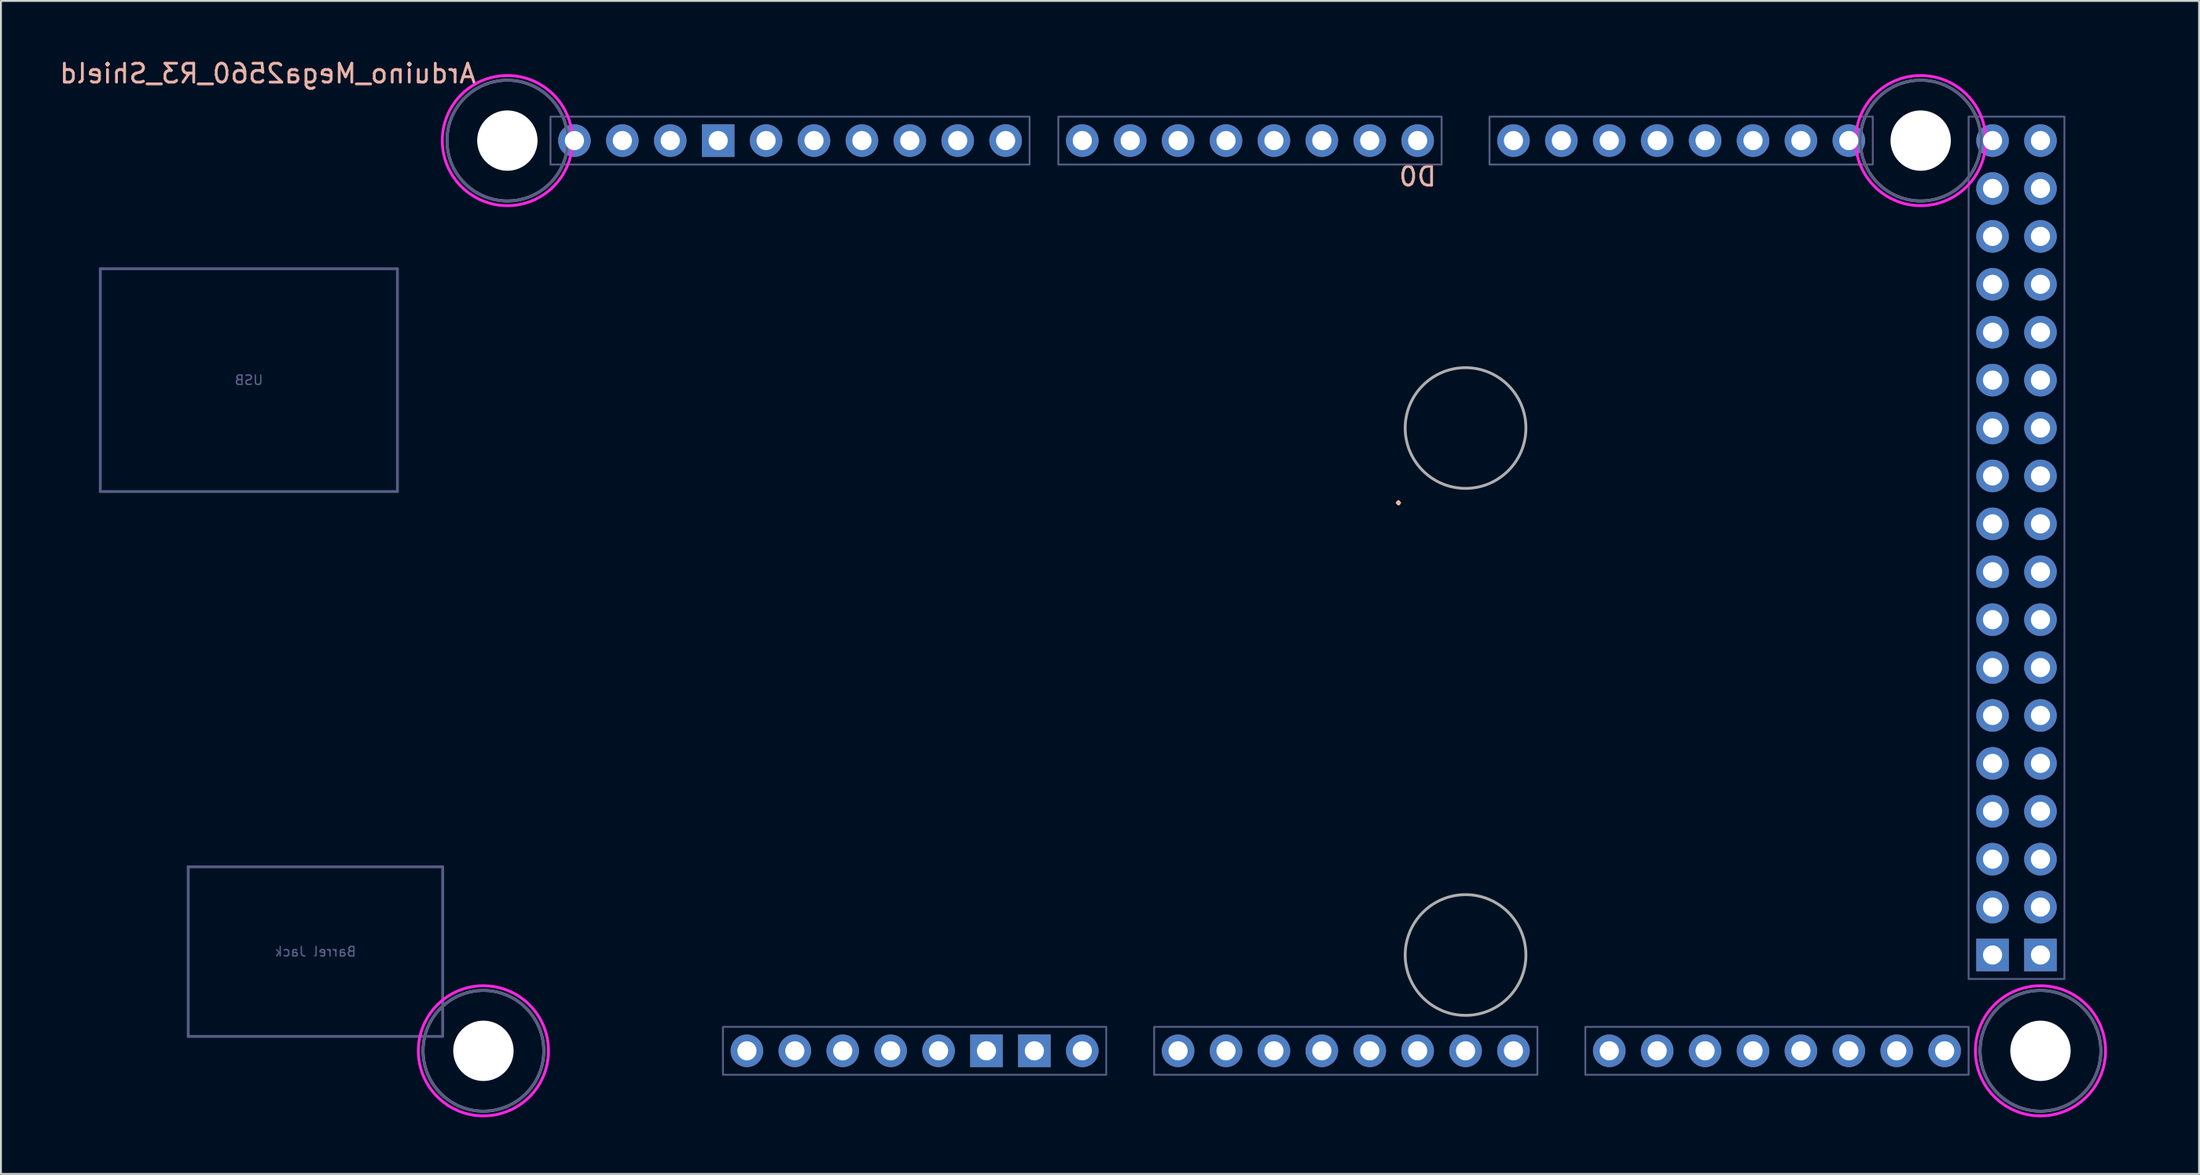
<source format=kicad_pcb>
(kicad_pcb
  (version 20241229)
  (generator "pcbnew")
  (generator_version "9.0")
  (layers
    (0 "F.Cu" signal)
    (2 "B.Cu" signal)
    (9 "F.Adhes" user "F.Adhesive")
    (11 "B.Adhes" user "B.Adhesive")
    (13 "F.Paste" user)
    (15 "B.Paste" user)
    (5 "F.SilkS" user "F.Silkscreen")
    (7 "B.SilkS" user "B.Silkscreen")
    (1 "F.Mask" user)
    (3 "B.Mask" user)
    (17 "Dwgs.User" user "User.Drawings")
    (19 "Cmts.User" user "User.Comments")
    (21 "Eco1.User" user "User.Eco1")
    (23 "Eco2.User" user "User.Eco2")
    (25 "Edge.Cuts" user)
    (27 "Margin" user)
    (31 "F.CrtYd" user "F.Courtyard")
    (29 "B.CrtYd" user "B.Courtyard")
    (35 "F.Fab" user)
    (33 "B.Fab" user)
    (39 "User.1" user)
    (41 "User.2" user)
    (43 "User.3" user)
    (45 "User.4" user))
  (footprint "Arduino_Mega2560_R3_Shield"
    (layer "F.Cu")
    (at 8.609 55.204)
    (property "Reference" "Arduino_Mega2560_R3_Shield" (at 2.54 -54.356 0) (layer "B.SilkS") (effects (font (size 1 1) (thickness 0.15)) (justify mirror)))
    (attr through_hole)
    (fp_circle (center 13.97 -2.54) (end 17.42 -2.54) (stroke (width 0.15) (type solid)) (fill no) (layer "F.CrtYd"))
    (fp_circle (center 15.24 -50.8) (end 18.69 -50.8) (stroke (width 0.15) (type solid)) (fill no) (layer "F.CrtYd"))
    (fp_circle (center 90.17 -50.8) (end 93.62 -50.8) (stroke (width 0.15) (type solid)) (fill no) (layer "F.CrtYd"))
    (fp_circle (center 96.52 -2.54) (end 99.97 -2.54) (stroke (width 0.15) (type solid)) (fill no) (layer "F.CrtYd"))
    (fp_line (start -6.34 -44.004) (end 9.41 -44.004) (stroke (width 0.15) (type solid)) (layer "B.Fab"))
    (fp_line (start -6.34 -32.194) (end -6.34 -44.004) (stroke (width 0.15) (type solid)) (layer "B.Fab"))
    (fp_line (start -6.34 -32.194) (end 9.41 -32.194) (stroke (width 0.15) (type solid)) (layer "B.Fab"))
    (fp_line (start -1.68 -12.294) (end -1.68 -3.303) (stroke (width 0.15) (type solid)) (layer "B.Fab"))
    (fp_line (start -1.68 -12.294) (end 11.81 -12.294) (stroke (width 0.15) (type solid)) (layer "B.Fab"))
    (fp_line (start -1.68 -3.303) (end 11.81 -3.303) (stroke (width 0.15) (type solid)) (layer "B.Fab"))
    (fp_line (start 9.41 -32.194) (end 9.41 -44.004) (stroke (width 0.15) (type solid)) (layer "B.Fab"))
    (fp_line (start 11.81 -12.294) (end 11.81 -3.303) (stroke (width 0.15) (type solid)) (layer "B.Fab"))
    (fp_rect (start 17.526 -52.07) (end 42.926 -49.53) (stroke (width 0.1) (type solid)) (fill no) (layer "B.Fab"))
    (fp_rect (start 26.67 -3.81) (end 46.99 -1.27) (stroke (width 0.1) (type solid)) (fill no) (layer "B.Fab"))
    (fp_rect (start 44.45 -52.07) (end 64.77 -49.53) (stroke (width 0.1) (type solid)) (fill no) (layer "B.Fab"))
    (fp_rect (start 49.53 -3.81) (end 69.85 -1.27) (stroke (width 0.1) (type solid)) (fill no) (layer "B.Fab"))
    (fp_rect (start 67.31 -52.07) (end 87.63 -49.53) (stroke (width 0.1) (type solid)) (fill no) (layer "B.Fab"))
    (fp_rect (start 72.39 -3.81) (end 92.71 -1.27) (stroke (width 0.1) (type solid)) (fill no) (layer "B.Fab"))
    (fp_rect (start 92.71 -52.07) (end 97.79 -6.35) (stroke (width 0.1) (type solid)) (fill no) (layer "B.Fab"))
    (fp_circle (center 13.97 -2.54) (end 17.17 -2.54) (stroke (width 0.15) (type solid)) (fill no) (layer "B.Fab"))
    (fp_circle (center 15.24 -50.8) (end 18.44 -50.8) (stroke (width 0.15) (type solid)) (fill no) (layer "B.Fab"))
    (fp_circle (center 90.17 -50.8) (end 93.37 -50.8) (stroke (width 0.15) (type solid)) (fill no) (layer "B.Fab"))
    (fp_circle (center 96.52 -2.54) (end 99.72 -2.54) (stroke (width 0.15) (type solid)) (fill no) (layer "B.Fab"))
    (fp_circle (center 13.97 -2.54) (end 17.17 -2.54) (stroke (width 0.15) (type solid)) (fill no) (layer "F.Fab"))
    (fp_circle (center 15.24 -50.8) (end 18.44 -50.8) (stroke (width 0.15) (type solid)) (fill no) (layer "F.Fab"))
    (fp_circle (center 66.04 -35.56) (end 69.24 -35.56) (stroke (width 0.15) (type solid)) (fill no) (layer "F.Fab"))
    (fp_circle (center 66.04 -7.62) (end 69.24 -7.62) (stroke (width 0.15) (type solid)) (fill no) (layer "F.Fab"))
    (fp_circle (center 90.17 -50.8) (end 93.37 -50.8) (stroke (width 0.15) (type solid)) (fill no) (layer "F.Fab"))
    (fp_circle (center 96.52 -2.54) (end 99.72 -2.54) (stroke (width 0.15) (type solid)) (fill no) (layer "F.Fab"))
    (fp_line (start -6.594 -44.258) (end -0.254 -44.258) (stroke (width 0.15) (type solid)) (layer "User.2"))
    (fp_line (start -6.594 -31.94) (end -6.594 -44.258) (stroke (width 0.15) (type solid)) (layer "User.2"))
    (fp_line (start -1.934 -12.548) (end -1.934 -3.049) (stroke (width 0.15) (type solid)) (layer "User.2"))
    (fp_line (start -1.934 -12.548) (end -0.254 -12.548) (stroke (width 0.15) (type solid)) (layer "User.2"))
    (fp_line (start -1.934 -3.049) (end -0.254 -3.049) (stroke (width 0.15) (type solid)) (layer "User.2"))
    (fp_line (start -0.254 -53.594) (end -0.254 -44.258) (stroke (width 0.15) (type solid)) (layer "User.2"))
    (fp_line (start -0.254 -31.94) (end -6.594 -31.94) (stroke (width 0.15) (type solid)) (layer "User.2"))
    (fp_line (start -0.254 -31.94) (end -0.254 -12.548) (stroke (width 0.15) (type solid)) (layer "User.2"))
    (fp_line (start -0.254 -3.049) (end -0.254 0.254) (stroke (width 0.15) (type solid)) (layer "User.2"))
    (fp_line (start 11.938 0.254) (end -0.254 0.254) (stroke (width 0.15) (type solid)) (layer "User.2"))
    (fp_line (start 13.208 -53.594) (end -0.254 -53.594) (stroke (width 0.15) (type solid)) (layer "User.2"))
    (fp_line (start 16.002 0.254) (end 94.488 0.254) (stroke (width 0.15) (type solid)) (layer "User.2"))
    (fp_line (start 17.272 -53.594) (end 88.138 -53.594) (stroke (width 0.15) (type solid)) (layer "User.2"))
    (fp_line (start 63.597 -27.94) (end 66.197 -27.94) (stroke (width 0.1) (type default)) (layer "User.2"))
    (fp_line (start 63.6 -30.5) (end 66.2 -30.5) (stroke (width 0.1) (type default)) (layer "User.2"))
    (fp_line (start 63.6 -25.4) (end 66.2 -25.4) (stroke (width 0.1) (type default)) (layer "User.2"))
    (fp_line (start 97.663 -53.594) (end 92.202 -53.594) (stroke (width 0.15) (type solid)) (layer "User.2"))
    (fp_line (start 97.663 -53.594) (end 99.314 -51.943) (stroke (width 0.15) (type solid)) (layer "User.2"))
    (fp_line (start 99.314 -40.767) (end 99.314 -51.943) (stroke (width 0.15) (type solid)) (layer "User.2"))
    (fp_line (start 99.314 0.254) (end 98.552 0.254) (stroke (width 0.15) (type solid)) (layer "User.2"))
    (fp_line (start 99.314 0.254) (end 99.314 -0.508) (stroke (width 0.15) (type solid)) (layer "User.2"))
    (fp_line (start 99.873 -1.702) (end 101.854 -3.683) (stroke (width 0.15) (type solid)) (layer "User.2"))
    (fp_line (start 101.854 -38.227) (end 99.314 -40.767) (stroke (width 0.15) (type solid)) (layer "User.2"))
    (fp_line (start 101.854 -3.683) (end 101.854 -38.227) (stroke (width 0.15) (type solid)) (layer "User.2"))
    (fp_rect (start 62.357 -31.75) (end 67.437 -24.13) (stroke (width 0.15) (type solid)) (fill no) (layer "User.2"))
    (fp_arc (start 13.208 -53.594) (mid 15.24 -54.254237) (end 17.272 -53.594) (stroke (width 0.15) (type solid)) (layer "User.2"))
    (fp_arc (start 16.002 0.254) (mid 13.97 0.914237) (end 11.938 0.254) (stroke (width 0.15) (type solid)) (layer "User.2"))
    (fp_arc (start 88.138 -53.594) (mid 90.17 -54.254237) (end 92.202 -53.594) (stroke (width 0.15) (type solid)) (layer "User.2"))
    (fp_arc (start 98.552 0.254) (mid 96.52 0.914237) (end 94.488 0.254) (stroke (width 0.15) (type solid)) (layer "User.2"))
    (fp_arc (start 99.8728 -1.7018) (mid 99.650925 -1.077973) (end 99.314 -0.508) (stroke (width 0.15) (type solid)) (layer "User.2"))
    (fp_circle (center 66.04 -35.56) (end 69.24 -35.56) (stroke (width 0.15) (type solid)) (fill no) (layer "User.2"))
    (fp_circle (center 66.04 -35.56) (end 69.49 -35.56) (stroke (width 0.15) (type solid)) (fill no) (layer "User.2"))
    (fp_circle (center 66.04 -7.62) (end 69.24 -7.62) (stroke (width 0.15) (type solid)) (fill no) (layer "User.2"))
    (fp_circle (center 66.04 -7.62) (end 69.49 -7.62) (stroke (width 0.15) (type solid)) (fill no) (layer "User.2"))
    (fp_text user "." (at 62.484 -32.004 0) (layer "F.SilkS") (effects (font (size 1 1) (thickness 0.15))))
    (fp_text user "D0" (at 63.5 -48.895 0) (unlocked yes) (layer "B.SilkS") (effects (font (size 1 1) (thickness 0.15)) (justify mirror)))
    (fp_text user "." (at 62.484 -32.004 0) (layer "B.SilkS") (effects (font (size 1 1) (thickness 0.15))))
    (fp_text user "USB" (at 1.535 -38.099 0) (layer "B.Fab") (effects (font (size 0.5 0.5) (thickness 0.075)) (justify mirror)))
    (fp_text user "Barrel Jack" (at 5.065 -7.798 0) (layer "B.Fab") (effects (font (size 0.5 0.5) (thickness 0.075)) (justify mirror)))
    (pad "" np_thru_hole circle (at 13.97 -2.54) (size 3.2 3.2) (drill 3.2) (layers "*.Cu" "*.Mask"))
    (pad "" np_thru_hole circle (at 15.24 -50.8) (size 3.2 3.2) (drill 3.2) (layers "*.Cu" "*.Mask"))
    (pad "" thru_hole oval (at 27.94 -2.54) (size 1.727 1.727) (drill 1.016) (layers "*.Cu" "*.Mask"))
    (pad "" np_thru_hole circle (at 90.17 -50.8) (size 3.2 3.2) (drill 3.2) (layers "*.Cu" "*.Mask"))
    (pad "" np_thru_hole circle (at 96.52 -2.54) (size 3.2 3.2) (drill 3.2) (layers "*.Cu" "*.Mask"))
    (pad "3V3" thru_hole oval (at 35.56 -2.54) (size 1.727 1.727) (drill 1.016) (layers "*.Cu" "*.Mask"))
    (pad "5V1" thru_hole oval (at 38.1 -2.54) (size 1.727 1.727) (drill 1.016) (layers "*.Cu" "*.Mask"))
    (pad "5V3" thru_hole oval (at 93.98 -50.8) (size 1.727 1.727) (drill 1.016) (layers "*.Cu" "*.Mask"))
    (pad "5V4" thru_hole oval (at 96.52 -50.8) (size 1.727 1.727) (drill 1.016) (layers "*.Cu" "*.Mask"))
    (pad "A0" thru_hole oval (at 50.8 -2.54) (size 1.727 1.727) (drill 1.016) (layers "*.Cu" "*.Mask"))
    (pad "A1" thru_hole oval (at 53.34 -2.54) (size 1.727 1.727) (drill 1.016) (layers "*.Cu" "*.Mask"))
    (pad "A2" thru_hole oval (at 55.88 -2.54) (size 1.727 1.727) (drill 1.016) (layers "*.Cu" "*.Mask"))
    (pad "A3" thru_hole oval (at 58.42 -2.54) (size 1.727 1.727) (drill 1.016) (layers "*.Cu" "*.Mask"))
    (pad "A4" thru_hole oval (at 60.96 -2.54) (size 1.727 1.727) (drill 1.016) (layers "*.Cu" "*.Mask"))
    (pad "A5" thru_hole oval (at 63.5 -2.54) (size 1.727 1.727) (drill 1.016) (layers "*.Cu" "*.Mask"))
    (pad "A6" thru_hole oval (at 66.04 -2.54) (size 1.727 1.727) (drill 1.016) (layers "*.Cu" "*.Mask"))
    (pad "A7" thru_hole oval (at 68.58 -2.54) (size 1.727 1.727) (drill 1.016) (layers "*.Cu" "*.Mask"))
    (pad "A8" thru_hole oval (at 73.66 -2.54) (size 1.727 1.727) (drill 1.016) (layers "*.Cu" "*.Mask"))
    (pad "A9" thru_hole oval (at 76.2 -2.54) (size 1.727 1.727) (drill 1.016) (layers "*.Cu" "*.Mask"))
    (pad "A10" thru_hole oval (at 78.74 -2.54) (size 1.727 1.727) (drill 1.016) (layers "*.Cu" "*.Mask"))
    (pad "A11" thru_hole oval (at 81.28 -2.54) (size 1.727 1.727) (drill 1.016) (layers "*.Cu" "*.Mask"))
    (pad "A12" thru_hole oval (at 83.82 -2.54) (size 1.727 1.727) (drill 1.016) (layers "*.Cu" "*.Mask"))
    (pad "A13" thru_hole oval (at 86.36 -2.54) (size 1.727 1.727) (drill 1.016) (layers "*.Cu" "*.Mask"))
    (pad "A14" thru_hole oval (at 88.9 -2.54) (size 1.727 1.727) (drill 1.016) (layers "*.Cu" "*.Mask"))
    (pad "A15" thru_hole oval (at 91.44 -2.54) (size 1.727 1.727) (drill 1.016) (layers "*.Cu" "*.Mask"))
    (pad "AREF" thru_hole oval (at 23.876 -50.8) (size 1.727 1.727) (drill 1.016) (layers "*.Cu" "*.Mask"))
    (pad "D0" thru_hole oval (at 63.5 -50.8) (size 1.727 1.727) (drill 1.016) (layers "*.Cu" "*.Mask"))
    (pad "D1" thru_hole oval (at 60.96 -50.8) (size 1.727 1.727) (drill 1.016) (layers "*.Cu" "*.Mask"))
    (pad "D2" thru_hole oval (at 58.42 -50.8) (size 1.727 1.727) (drill 1.016) (layers "*.Cu" "*.Mask"))
    (pad "D3" thru_hole oval (at 55.88 -50.8) (size 1.727 1.727) (drill 1.016) (layers "*.Cu" "*.Mask"))
    (pad "D4" thru_hole oval (at 53.34 -50.8) (size 1.727 1.727) (drill 1.016) (layers "*.Cu" "*.Mask"))
    (pad "D5" thru_hole oval (at 50.8 -50.8) (size 1.727 1.727) (drill 1.016) (layers "*.Cu" "*.Mask"))
    (pad "D6" thru_hole oval (at 48.26 -50.8) (size 1.727 1.727) (drill 1.016) (layers "*.Cu" "*.Mask"))
    (pad "D7" thru_hole oval (at 45.72 -50.8) (size 1.727 1.727) (drill 1.016) (layers "*.Cu" "*.Mask"))
    (pad "D8" thru_hole oval (at 41.656 -50.8) (size 1.727 1.727) (drill 1.016) (layers "*.Cu" "*.Mask"))
    (pad "D9" thru_hole oval (at 39.116 -50.8) (size 1.727 1.727) (drill 1.016) (layers "*.Cu" "*.Mask"))
    (pad "D10" thru_hole oval (at 36.576 -50.8) (size 1.727 1.727) (drill 1.016) (layers "*.Cu" "*.Mask"))
    (pad "D11" thru_hole oval (at 34.036 -50.8) (size 1.727 1.727) (drill 1.016) (layers "*.Cu" "*.Mask"))
    (pad "D12" thru_hole oval (at 31.496 -50.8) (size 1.727 1.727) (drill 1.016) (layers "*.Cu" "*.Mask"))
    (pad "D13" thru_hole oval (at 28.956 -50.8) (size 1.727 1.727) (drill 1.016) (layers "*.Cu" "*.Mask"))
    (pad "D14" thru_hole oval (at 68.58 -50.8) (size 1.727 1.727) (drill 1.016) (layers "*.Cu" "*.Mask"))
    (pad "D15" thru_hole oval (at 71.12 -50.8) (size 1.727 1.727) (drill 1.016) (layers "*.Cu" "*.Mask"))
    (pad "D16" thru_hole oval (at 73.66 -50.8) (size 1.727 1.727) (drill 1.016) (layers "*.Cu" "*.Mask"))
    (pad "D17" thru_hole oval (at 76.2 -50.8) (size 1.727 1.727) (drill 1.016) (layers "*.Cu" "*.Mask"))
    (pad "D18" thru_hole oval (at 78.74 -50.8) (size 1.727 1.727) (drill 1.016) (layers "*.Cu" "*.Mask"))
    (pad "D19" thru_hole oval (at 81.28 -50.8) (size 1.727 1.727) (drill 1.016) (layers "*.Cu" "*.Mask"))
    (pad "D20" thru_hole oval (at 83.82 -50.8) (size 1.727 1.727) (drill 1.016) (layers "*.Cu" "*.Mask"))
    (pad "D21" thru_hole oval (at 86.36 -50.8) (size 1.727 1.727) (drill 1.016) (layers "*.Cu" "*.Mask"))
    (pad "D22" thru_hole oval (at 93.98 -48.26) (size 1.727 1.727) (drill 1.016) (layers "*.Cu" "*.Mask"))
    (pad "D23" thru_hole oval (at 96.52 -48.26) (size 1.727 1.727) (drill 1.016) (layers "*.Cu" "*.Mask"))
    (pad "D24" thru_hole oval (at 93.98 -45.72) (size 1.727 1.727) (drill 1.016) (layers "*.Cu" "*.Mask"))
    (pad "D25" thru_hole oval (at 96.52 -45.72) (size 1.727 1.727) (drill 1.016) (layers "*.Cu" "*.Mask"))
    (pad "D26" thru_hole oval (at 93.98 -43.18) (size 1.727 1.727) (drill 1.016) (layers "*.Cu" "*.Mask"))
    (pad "D27" thru_hole oval (at 96.52 -43.18) (size 1.727 1.727) (drill 1.016) (layers "*.Cu" "*.Mask"))
    (pad "D28" thru_hole oval (at 93.98 -40.64) (size 1.727 1.727) (drill 1.016) (layers "*.Cu" "*.Mask"))
    (pad "D29" thru_hole oval (at 96.52 -40.64) (size 1.727 1.727) (drill 1.016) (layers "*.Cu" "*.Mask"))
    (pad "D30" thru_hole oval (at 93.98 -38.1) (size 1.727 1.727) (drill 1.016) (layers "*.Cu" "*.Mask"))
    (pad "D31" thru_hole oval (at 96.52 -38.1) (size 1.727 1.727) (drill 1.016) (layers "*.Cu" "*.Mask"))
    (pad "D32" thru_hole oval (at 93.98 -35.56) (size 1.727 1.727) (drill 1.016) (layers "*.Cu" "*.Mask"))
    (pad "D33" thru_hole oval (at 96.52 -35.56) (size 1.727 1.727) (drill 1.016) (layers "*.Cu" "*.Mask"))
    (pad "D34" thru_hole oval (at 93.98 -33.02) (size 1.727 1.727) (drill 1.016) (layers "*.Cu" "*.Mask"))
    (pad "D35" thru_hole oval (at 96.52 -33.02) (size 1.727 1.727) (drill 1.016) (layers "*.Cu" "*.Mask"))
    (pad "D36" thru_hole oval (at 93.98 -30.48) (size 1.727 1.727) (drill 1.016) (layers "*.Cu" "*.Mask"))
    (pad "D37" thru_hole oval (at 96.52 -30.48) (size 1.727 1.727) (drill 1.016) (layers "*.Cu" "*.Mask"))
    (pad "D38" thru_hole oval (at 93.98 -27.94) (size 1.727 1.727) (drill 1.016) (layers "*.Cu" "*.Mask"))
    (pad "D39" thru_hole oval (at 96.52 -27.94) (size 1.727 1.727) (drill 1.016) (layers "*.Cu" "*.Mask"))
    (pad "D40" thru_hole oval (at 93.98 -25.4) (size 1.727 1.727) (drill 1.016) (layers "*.Cu" "*.Mask"))
    (pad "D41" thru_hole oval (at 96.52 -25.4) (size 1.727 1.727) (drill 1.016) (layers "*.Cu" "*.Mask"))
    (pad "D42" thru_hole oval (at 93.98 -22.86) (size 1.727 1.727) (drill 1.016) (layers "*.Cu" "*.Mask"))
    (pad "D43" thru_hole oval (at 96.52 -22.86) (size 1.727 1.727) (drill 1.016) (layers "*.Cu" "*.Mask"))
    (pad "D44" thru_hole oval (at 93.98 -20.32) (size 1.727 1.727) (drill 1.016) (layers "*.Cu" "*.Mask"))
    (pad "D45" thru_hole oval (at 96.52 -20.32) (size 1.727 1.727) (drill 1.016) (layers "*.Cu" "*.Mask"))
    (pad "D46" thru_hole oval (at 93.98 -17.78) (size 1.727 1.727) (drill 1.016) (layers "*.Cu" "*.Mask"))
    (pad "D47" thru_hole oval (at 96.52 -17.78) (size 1.727 1.727) (drill 1.016) (layers "*.Cu" "*.Mask"))
    (pad "D48" thru_hole oval (at 93.98 -15.24) (size 1.727 1.727) (drill 1.016) (layers "*.Cu" "*.Mask"))
    (pad "D49" thru_hole oval (at 96.52 -15.24) (size 1.727 1.727) (drill 1.016) (layers "*.Cu" "*.Mask"))
    (pad "D50" thru_hole oval (at 93.98 -12.7) (size 1.727 1.727) (drill 1.016) (layers "*.Cu" "*.Mask"))
    (pad "D51" thru_hole oval (at 96.52 -12.7) (size 1.727 1.727) (drill 1.016) (layers "*.Cu" "*.Mask"))
    (pad "D52" thru_hole oval (at 93.98 -10.16) (size 1.727 1.727) (drill 1.016) (layers "*.Cu" "*.Mask"))
    (pad "D53" thru_hole oval (at 96.52 -10.16) (size 1.727 1.727) (drill 1.016) (layers "*.Cu" "*.Mask"))
    (pad "GND1" thru_hole rect (at 26.416 -50.8) (size 1.727 1.727) (drill 1.016) (layers "*.Cu" "*.Mask"))
    (pad "GND2" thru_hole rect (at 40.64 -2.54) (size 1.727 1.727) (drill 1.016) (layers "*.Cu" "*.Mask"))
    (pad "GND3" thru_hole rect (at 43.18 -2.54) (size 1.727 1.727) (drill 1.016) (layers "*.Cu" "*.Mask"))
    (pad "GND5" thru_hole rect (at 93.98 -7.62) (size 1.727 1.727) (drill 1.016) (layers "*.Cu" "*.Mask"))
    (pad "GND6" thru_hole rect (at 96.52 -7.62) (size 1.727 1.727) (drill 1.016) (layers "*.Cu" "*.Mask"))
    (pad "IORF" thru_hole oval (at 30.48 -2.54) (size 1.727 1.727) (drill 1.016) (layers "*.Cu" "*.Mask"))
    (pad "RST1" thru_hole oval (at 33.02 -2.54) (size 1.727 1.727) (drill 1.016) (layers "*.Cu" "*.Mask"))
    (pad "SCL" thru_hole oval (at 18.796 -50.8) (size 1.727 1.727) (drill 1.016) (layers "*.Cu" "*.Mask"))
    (pad "SDA" thru_hole oval (at 21.336 -50.8) (size 1.727 1.727) (drill 1.016) (layers "*.Cu" "*.Mask"))
    (pad "VIN" thru_hole oval (at 45.72 -2.54) (size 1.727 1.727) (drill 1.016) (layers "*.Cu" "*.Mask")))
  (gr_rect
    (start -3 -3)
    (end 113.538 59.193)
    (stroke (width 0.1) (type default))
    (fill no)
    (layer "Edge.Cuts")))
</source>
